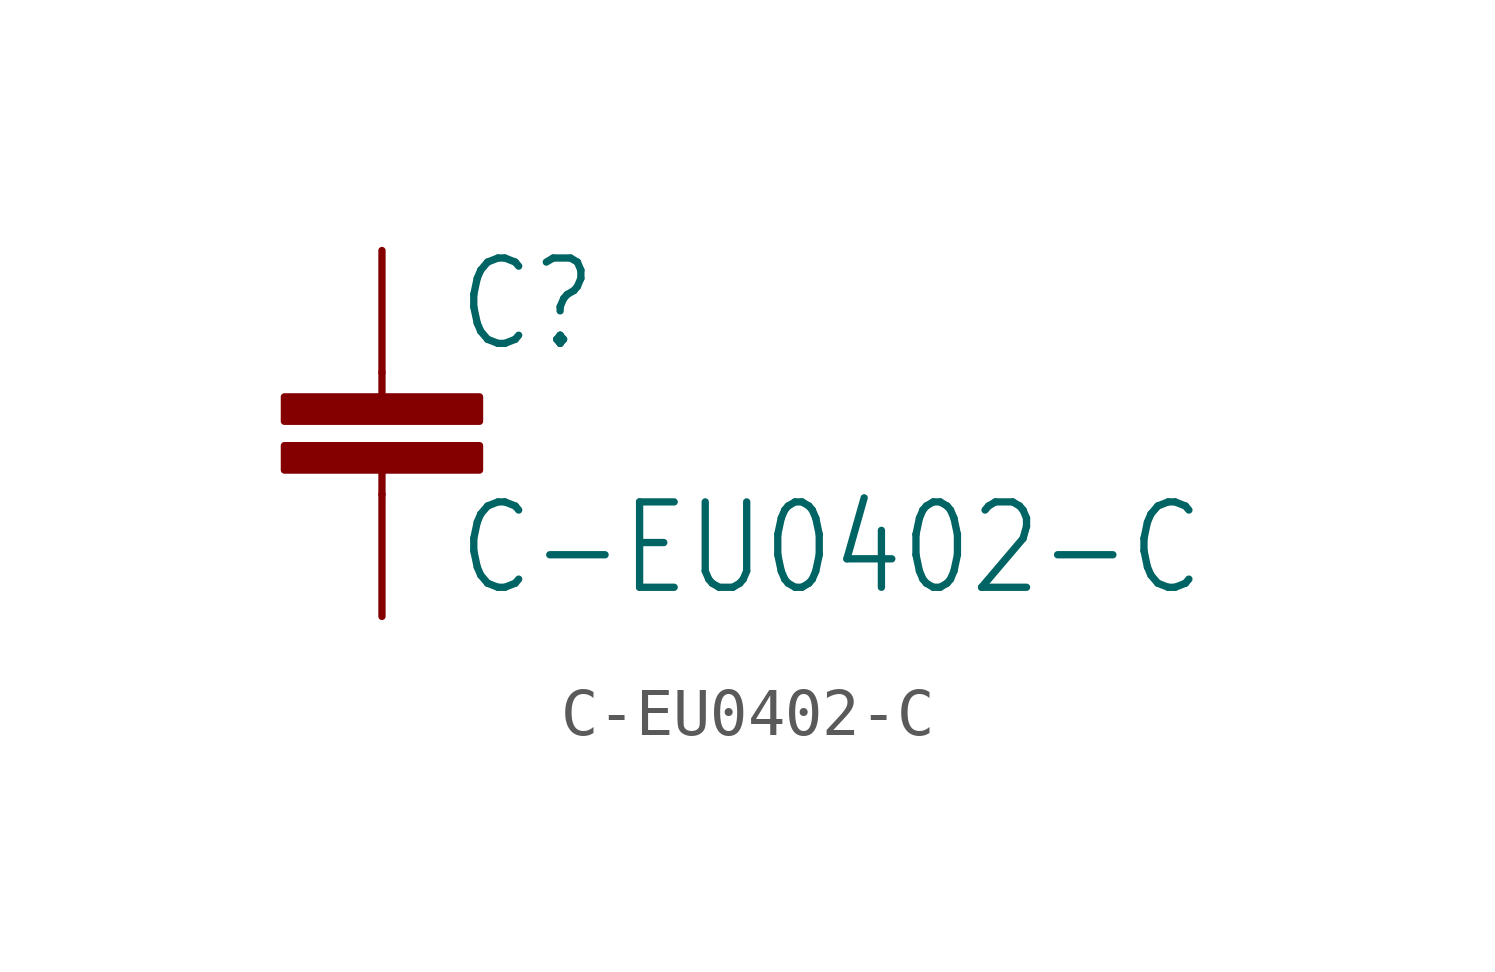
<source format=kicad_sym>
(kicad_symbol_lib
  (version 20210619)
  (generator kicad_symbol_editor)
  (symbol "C-EU0402-C"
    (property "Reference" "C"
      (at 1.524 0.381 0)
      (effects (font (size 1.778 1.511)) (justify left bottom)))
    (property "Value" "C-EU0402-C"
      (at 1.524 -4.699 0)
      (effects (font (size 1.778 1.511)) (justify left bottom)))
    (property "ki_locked" ""
      (at 0 0 0)
      (effects (font (size 1.27 1.27))))
    (symbol "C-EU0402-C_1_0"
      (rectangle (start -2.032 -2.032) (end 2.032 -1.524) (stroke (width 0)) (fill (type outline)))
      (rectangle (start -2.032 -1.016) (end 2.032 -0.508) (stroke (width 0)) (fill (type outline)))
      (polyline (pts (xy 0 -2.54) (xy 0 -2.032)) (stroke (width 0.152)) (fill (type none)))
      (polyline (pts (xy 0 0) (xy 0 -0.508)) (stroke (width 0.152)) (fill (type none)))
      (pin passive line (at 0 2.54 270) (length 2.54) (name "1" (effects (font (size 0 0)))) (number "1" (effects (font (size 0 0)))))
      (pin passive line (at 0 -5.08 90) (length 2.54) (name "2" (effects (font (size 0 0)))) (number "2" (effects (font (size 0 0))))))))
</source>
